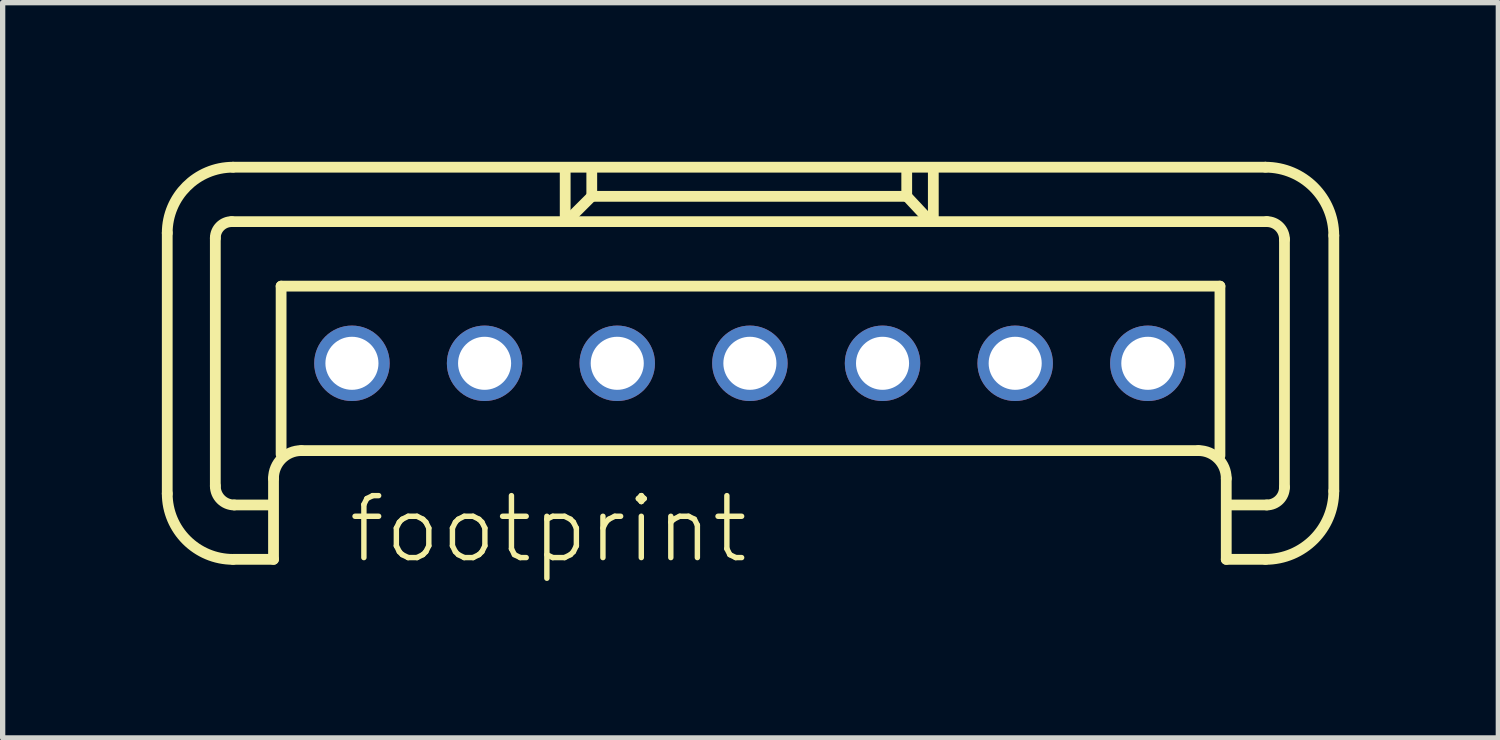
<source format=kicad_pcb>
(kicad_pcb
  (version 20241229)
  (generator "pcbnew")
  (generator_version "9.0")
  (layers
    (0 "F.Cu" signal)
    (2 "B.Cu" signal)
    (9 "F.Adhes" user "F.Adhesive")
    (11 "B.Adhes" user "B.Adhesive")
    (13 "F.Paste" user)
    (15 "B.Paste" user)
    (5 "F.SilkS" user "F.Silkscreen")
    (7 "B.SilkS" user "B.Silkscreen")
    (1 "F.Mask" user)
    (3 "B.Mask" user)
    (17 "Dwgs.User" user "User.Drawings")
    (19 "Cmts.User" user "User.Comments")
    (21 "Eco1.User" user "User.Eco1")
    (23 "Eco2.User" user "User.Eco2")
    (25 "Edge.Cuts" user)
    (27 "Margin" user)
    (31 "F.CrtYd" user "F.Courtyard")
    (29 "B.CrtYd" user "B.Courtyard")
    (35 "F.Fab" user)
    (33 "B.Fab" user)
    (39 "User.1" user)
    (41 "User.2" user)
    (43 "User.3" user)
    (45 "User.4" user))
  (footprint "footprint"
    (layer "F.Cu")
    (at 11.083 3.797)
    (property "Reference" "footprint" (at -7.62 3.81 0) (layer "F.SilkS") (effects (font (size 1.168 1.168) (thickness 0.102)) (justify left bottom)))
    (fp_line (start -10.981 2.456) (end -10.981 -2.456) (stroke (width 0.203) (type solid)) (layer "F.SilkS"))
    (fp_line (start -10.075 2.313) (end -10.075 -2.361) (stroke (width 0.203) (type solid)) (layer "F.SilkS"))
    (fp_line (start -9.765 -2.67) (end 9.741 -2.67) (stroke (width 0.203) (type solid)) (layer "F.SilkS"))
    (fp_line (start -9.741 -3.696) (end 9.717 -3.696) (stroke (width 0.203) (type solid)) (layer "F.SilkS"))
    (fp_line (start -9.002 2.67) (end -9.717 2.67) (stroke (width 0.203) (type solid)) (layer "F.SilkS"))
    (fp_line (start -8.978 2.17) (end -8.978 3.695) (stroke (width 0.203) (type solid)) (layer "F.SilkS"))
    (fp_line (start -8.978 3.695) (end -9.741 3.695) (stroke (width 0.203) (type solid)) (layer "F.SilkS"))
    (fp_line (start -8.835 -1.454) (end 8.859 -1.454) (stroke (width 0.203) (type solid)) (layer "F.SilkS"))
    (fp_line (start -8.835 1.716) (end -8.835 -1.454) (stroke (width 0.203) (type solid)) (layer "F.SilkS"))
    (fp_line (start -3.481 -3.648) (end -3.481 -2.742) (stroke (width 0.203) (type solid)) (layer "F.SilkS"))
    (fp_line (start -3.004 -3.123) (end -3.386 -2.742) (stroke (width 0.203) (type solid)) (layer "F.SilkS"))
    (fp_line (start -2.98 -3.147) (end -2.98 -3.624) (stroke (width 0.203) (type solid)) (layer "F.SilkS"))
    (fp_line (start 2.956 -3.672) (end 2.956 -3.147) (stroke (width 0.203) (type solid)) (layer "F.SilkS"))
    (fp_line (start 2.956 -3.147) (end -2.98 -3.147) (stroke (width 0.203) (type solid)) (layer "F.SilkS"))
    (fp_line (start 2.98 -3.123) (end 3.314 -2.766) (stroke (width 0.203) (type solid)) (layer "F.SilkS"))
    (fp_line (start 3.457 -3.624) (end 3.457 -2.742) (stroke (width 0.203) (type solid)) (layer "F.SilkS"))
    (fp_line (start 8.454 1.645) (end -8.454 1.645) (stroke (width 0.203) (type solid)) (layer "F.SilkS"))
    (fp_line (start 8.859 -1.454) (end 8.859 1.74) (stroke (width 0.203) (type solid)) (layer "F.SilkS"))
    (fp_line (start 8.978 3.695) (end 8.978 2.17) (stroke (width 0.203) (type solid)) (layer "F.SilkS"))
    (fp_line (start 9.717 3.695) (end 8.978 3.695) (stroke (width 0.203) (type solid)) (layer "F.SilkS"))
    (fp_line (start 9.741 2.67) (end 9.073 2.67) (stroke (width 0.203) (type solid)) (layer "F.SilkS"))
    (fp_line (start 10.075 -2.337) (end 10.075 2.336) (stroke (width 0.203) (type solid)) (layer "F.SilkS"))
    (fp_line (start 11.005 -2.408) (end 11.005 2.408) (stroke (width 0.203) (type solid)) (layer "F.SilkS"))
    (fp_arc (start -10.981 -2.4558) (mid -10.617871 -3.332471) (end -9.7412 -3.6956) (stroke (width 0.2032) (type solid)) (layer "F.SilkS"))
    (fp_arc (start -10.075 -2.3605) (mid -9.984232 -2.579632) (end -9.7651 -2.6704) (stroke (width 0.2032) (type solid)) (layer "F.SilkS"))
    (fp_arc (start -9.7412 3.6954) (mid -10.617871 3.332271) (end -10.981 2.4556) (stroke (width 0.2032) (type solid)) (layer "F.SilkS"))
    (fp_arc (start -9.7174 2.6702) (mid -9.970261 2.565461) (end -10.075 2.3126) (stroke (width 0.2032) (type solid)) (layer "F.SilkS"))
    (fp_arc (start -8.9783 2.1695) (mid -8.824678 1.798622) (end -8.4538 1.645) (stroke (width 0.2032) (type solid)) (layer "F.SilkS"))
    (fp_arc (start 8.4536 1.645) (mid 8.824478 1.798622) (end 8.9781 2.1695) (stroke (width 0.2032) (type solid)) (layer "F.SilkS"))
    (fp_arc (start 9.7172 -3.6956) (mid 10.6276 -3.3185) (end 11.0047 -2.4081) (stroke (width 0.2032) (type solid)) (layer "F.SilkS"))
    (fp_arc (start 9.7411 -2.6704) (mid 9.977132 -2.572632) (end 10.0749 -2.3366) (stroke (width 0.2032) (type solid)) (layer "F.SilkS"))
    (fp_arc (start 10.0749 2.3364) (mid 9.977132 2.572432) (end 9.7411 2.6702) (stroke (width 0.2032) (type solid)) (layer "F.SilkS"))
    (fp_arc (start 11.0047 2.4079) (mid 10.6276 3.3183) (end 9.7172 3.6954) (stroke (width 0.2032) (type solid)) (layer "F.SilkS"))
    (pad "1" thru_hole circle (at -7.5 0) (size 1.422 1.422) (drill 1) (layers "*.Cu" "*.Mask"))
    (pad "2" thru_hole circle (at -5 0) (size 1.422 1.422) (drill 1) (layers "*.Cu" "*.Mask"))
    (pad "3" thru_hole circle (at -2.5 0) (size 1.422 1.422) (drill 1) (layers "*.Cu" "*.Mask"))
    (pad "4" thru_hole circle (at 0 0) (size 1.422 1.422) (drill 1) (layers "*.Cu" "*.Mask"))
    (pad "5" thru_hole circle (at 2.5 0) (size 1.422 1.422) (drill 1) (layers "*.Cu" "*.Mask"))
    (pad "6" thru_hole circle (at 5 0) (size 1.422 1.422) (drill 1) (layers "*.Cu" "*.Mask"))
    (pad "7" thru_hole circle (at 7.5 0) (size 1.422 1.422) (drill 1) (layers "*.Cu" "*.Mask")))
  (gr_rect
    (start -3 -3)
    (end 25.189 10.858)
    (stroke (width 0.1) (type default))
    (fill no)
    (layer "Edge.Cuts")))
</source>
